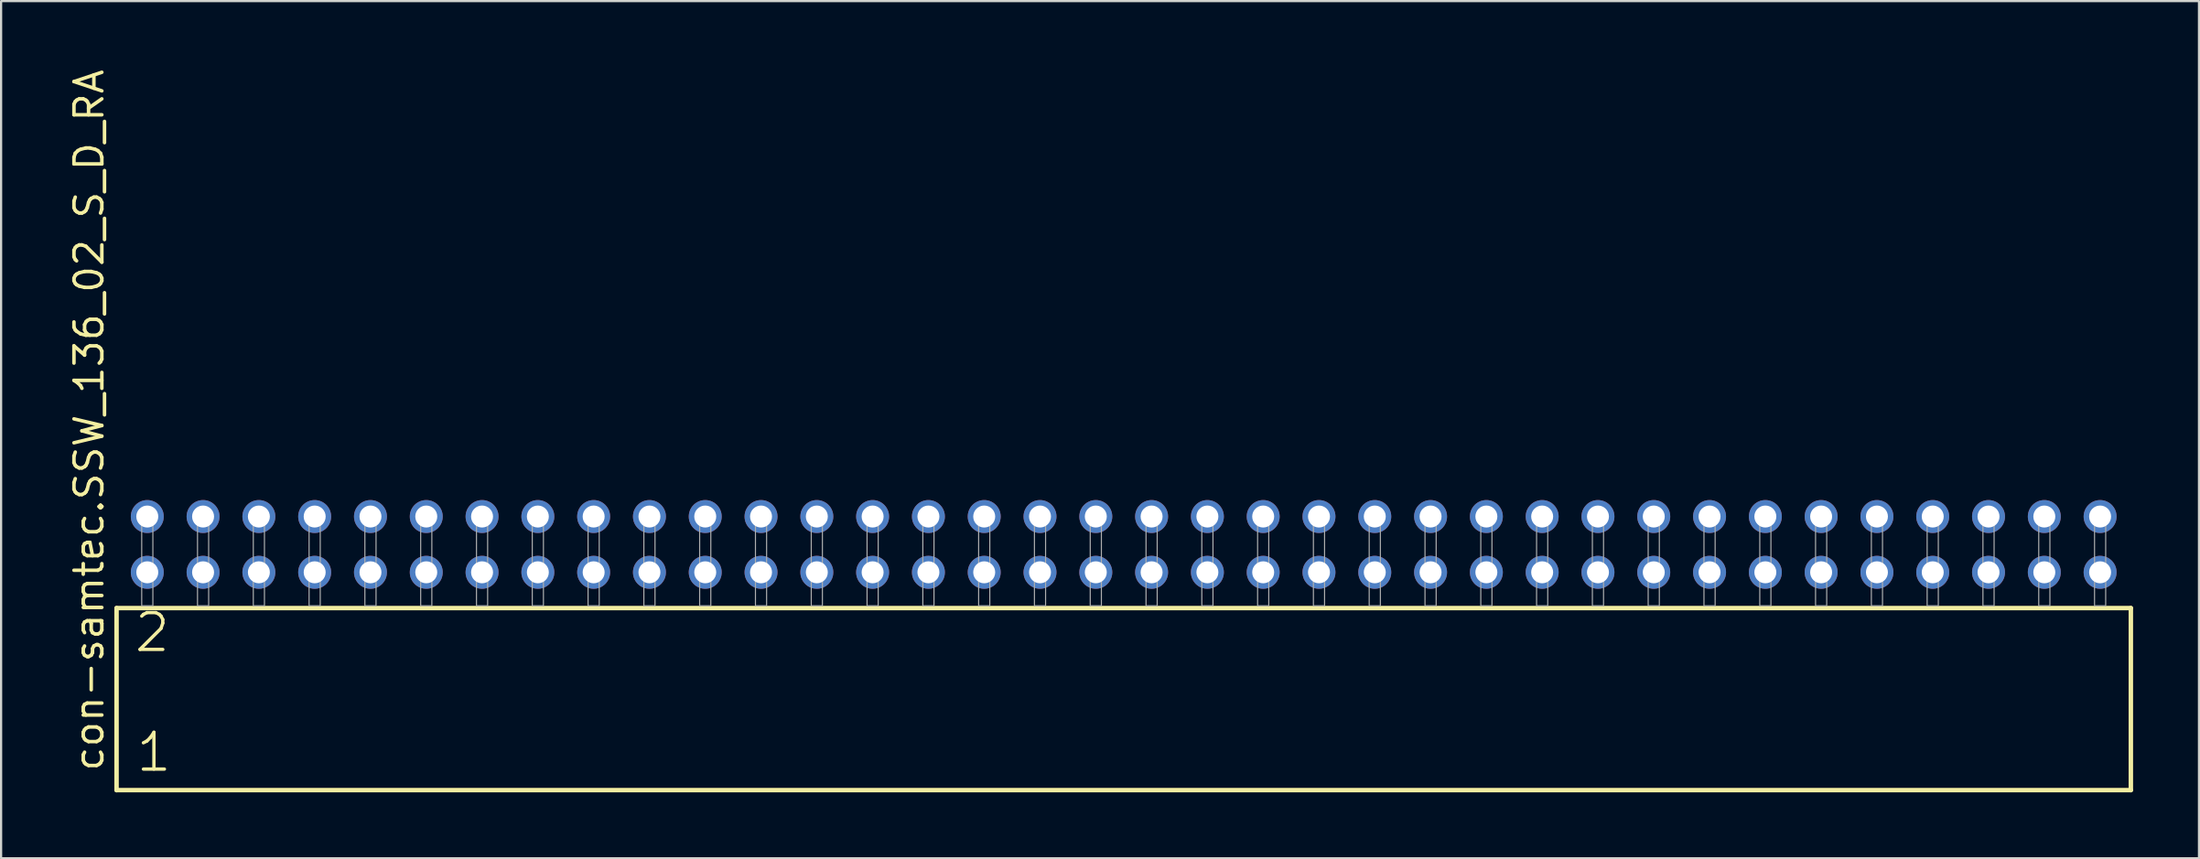
<source format=kicad_pcb>
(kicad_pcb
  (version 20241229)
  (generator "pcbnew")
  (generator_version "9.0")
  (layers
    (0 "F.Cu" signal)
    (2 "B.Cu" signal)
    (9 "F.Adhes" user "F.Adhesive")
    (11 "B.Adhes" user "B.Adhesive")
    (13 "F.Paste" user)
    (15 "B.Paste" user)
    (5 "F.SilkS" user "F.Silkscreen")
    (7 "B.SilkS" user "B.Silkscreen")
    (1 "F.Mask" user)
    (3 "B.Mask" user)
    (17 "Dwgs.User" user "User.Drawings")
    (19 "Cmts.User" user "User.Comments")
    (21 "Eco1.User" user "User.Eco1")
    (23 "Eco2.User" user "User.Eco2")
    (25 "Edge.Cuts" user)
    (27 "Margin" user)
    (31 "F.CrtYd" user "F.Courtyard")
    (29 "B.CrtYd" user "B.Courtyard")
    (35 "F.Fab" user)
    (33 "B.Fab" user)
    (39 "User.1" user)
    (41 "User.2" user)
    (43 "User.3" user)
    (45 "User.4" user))
  (footprint "con-samtec.SSW_136_02_S_D_RA"
    (layer "F.Cu")
    (at 48.105 24.537)
    (property "Reference" "con-samtec.SSW_136_02_S_D_RA" (at -46.355 7.62 90) (layer "F.SilkS") (effects (font (size 1.27 1.27) (thickness 0.16)) (justify left bottom)))
    (attr through_hole)
    (fp_line (start -45.849 0.106) (end -45.849 8.396) (stroke (width 0.203) (type default)) (layer "F.SilkS"))
    (fp_line (start -45.849 8.396) (end 45.849 8.396) (stroke (width 0.203) (type default)) (layer "F.SilkS"))
    (fp_line (start 45.849 0.106) (end -45.849 0.106) (stroke (width 0.203) (type default)) (layer "F.SilkS"))
    (fp_line (start 45.849 8.396) (end 45.849 0.106) (stroke (width 0.203) (type default)) (layer "F.SilkS"))
    (fp_rect (start -44.704 0) (end -44.196 -4.318) (stroke (width 0.05) (type default)) (fill no) (layer "F.Fab"))
    (fp_rect (start -42.164 0) (end -41.656 -4.318) (stroke (width 0.05) (type default)) (fill no) (layer "F.Fab"))
    (fp_rect (start -39.624 0) (end -39.116 -4.318) (stroke (width 0.05) (type default)) (fill no) (layer "F.Fab"))
    (fp_rect (start -37.084 0) (end -36.576 -4.318) (stroke (width 0.05) (type default)) (fill no) (layer "F.Fab"))
    (fp_rect (start -34.544 0) (end -34.036 -4.318) (stroke (width 0.05) (type default)) (fill no) (layer "F.Fab"))
    (fp_rect (start -32.004 0) (end -31.496 -4.318) (stroke (width 0.05) (type default)) (fill no) (layer "F.Fab"))
    (fp_rect (start -29.464 0) (end -28.956 -4.318) (stroke (width 0.05) (type default)) (fill no) (layer "F.Fab"))
    (fp_rect (start -26.924 0) (end -26.416 -4.318) (stroke (width 0.05) (type default)) (fill no) (layer "F.Fab"))
    (fp_rect (start -24.384 0) (end -23.876 -4.318) (stroke (width 0.05) (type default)) (fill no) (layer "F.Fab"))
    (fp_rect (start -21.844 0) (end -21.336 -4.318) (stroke (width 0.05) (type default)) (fill no) (layer "F.Fab"))
    (fp_rect (start -19.304 0) (end -18.796 -4.318) (stroke (width 0.05) (type default)) (fill no) (layer "F.Fab"))
    (fp_rect (start -16.764 0) (end -16.256 -4.318) (stroke (width 0.05) (type default)) (fill no) (layer "F.Fab"))
    (fp_rect (start -14.224 0) (end -13.716 -4.318) (stroke (width 0.05) (type default)) (fill no) (layer "F.Fab"))
    (fp_rect (start -11.684 0) (end -11.176 -4.318) (stroke (width 0.05) (type default)) (fill no) (layer "F.Fab"))
    (fp_rect (start -9.144 0) (end -8.636 -4.318) (stroke (width 0.05) (type default)) (fill no) (layer "F.Fab"))
    (fp_rect (start -6.604 0) (end -6.096 -4.318) (stroke (width 0.05) (type default)) (fill no) (layer "F.Fab"))
    (fp_rect (start -4.064 0) (end -3.556 -4.318) (stroke (width 0.05) (type default)) (fill no) (layer "F.Fab"))
    (fp_rect (start -1.524 0) (end -1.016 -4.318) (stroke (width 0.05) (type default)) (fill no) (layer "F.Fab"))
    (fp_rect (start 1.016 0) (end 1.524 -4.318) (stroke (width 0.05) (type default)) (fill no) (layer "F.Fab"))
    (fp_rect (start 3.556 0) (end 4.064 -4.318) (stroke (width 0.05) (type default)) (fill no) (layer "F.Fab"))
    (fp_rect (start 6.096 0) (end 6.604 -4.318) (stroke (width 0.05) (type default)) (fill no) (layer "F.Fab"))
    (fp_rect (start 8.636 0) (end 9.144 -4.318) (stroke (width 0.05) (type default)) (fill no) (layer "F.Fab"))
    (fp_rect (start 11.176 0) (end 11.684 -4.318) (stroke (width 0.05) (type default)) (fill no) (layer "F.Fab"))
    (fp_rect (start 13.716 0) (end 14.224 -4.318) (stroke (width 0.05) (type default)) (fill no) (layer "F.Fab"))
    (fp_rect (start 16.256 0) (end 16.764 -4.318) (stroke (width 0.05) (type default)) (fill no) (layer "F.Fab"))
    (fp_rect (start 18.796 0) (end 19.304 -4.318) (stroke (width 0.05) (type default)) (fill no) (layer "F.Fab"))
    (fp_rect (start 21.336 0) (end 21.844 -4.318) (stroke (width 0.05) (type default)) (fill no) (layer "F.Fab"))
    (fp_rect (start 23.876 0) (end 24.384 -4.318) (stroke (width 0.05) (type default)) (fill no) (layer "F.Fab"))
    (fp_rect (start 26.416 0) (end 26.924 -4.318) (stroke (width 0.05) (type default)) (fill no) (layer "F.Fab"))
    (fp_rect (start 28.956 0) (end 29.464 -4.318) (stroke (width 0.05) (type default)) (fill no) (layer "F.Fab"))
    (fp_rect (start 31.496 0) (end 32.004 -4.318) (stroke (width 0.05) (type default)) (fill no) (layer "F.Fab"))
    (fp_rect (start 34.036 0) (end 34.544 -4.318) (stroke (width 0.05) (type default)) (fill no) (layer "F.Fab"))
    (fp_rect (start 36.576 0) (end 37.084 -4.318) (stroke (width 0.05) (type default)) (fill no) (layer "F.Fab"))
    (fp_rect (start 39.116 0) (end 39.624 -4.318) (stroke (width 0.05) (type default)) (fill no) (layer "F.Fab"))
    (fp_rect (start 41.656 0) (end 42.164 -4.318) (stroke (width 0.05) (type default)) (fill no) (layer "F.Fab"))
    (fp_rect (start 44.196 0) (end 44.704 -4.318) (stroke (width 0.05) (type default)) (fill no) (layer "F.Fab"))
    (fp_text user "1" (at -45.045 7.65 0) (layer "F.SilkS") (effects (font (size 1.676 1.676) (thickness 0.15)) (justify left bottom)))
    (fp_text user "2" (at -45.12 2.2 0) (layer "F.SilkS") (effects (font (size 1.676 1.676) (thickness 0.15)) (justify left bottom)))
    (pad "1" thru_hole circle (at -44.45 -1.524) (size 1.5 1.5) (drill 1) (layers "*.Cu" "*.Mask"))
    (pad "2" thru_hole circle (at -44.45 -4.064) (size 1.5 1.5) (drill 1) (layers "*.Cu" "*.Mask"))
    (pad "3" thru_hole circle (at -41.91 -1.524) (size 1.5 1.5) (drill 1) (layers "*.Cu" "*.Mask"))
    (pad "4" thru_hole circle (at -41.91 -4.064) (size 1.5 1.5) (drill 1) (layers "*.Cu" "*.Mask"))
    (pad "5" thru_hole circle (at -39.37 -1.524) (size 1.5 1.5) (drill 1) (layers "*.Cu" "*.Mask"))
    (pad "6" thru_hole circle (at -39.37 -4.064) (size 1.5 1.5) (drill 1) (layers "*.Cu" "*.Mask"))
    (pad "7" thru_hole circle (at -36.83 -1.524) (size 1.5 1.5) (drill 1) (layers "*.Cu" "*.Mask"))
    (pad "8" thru_hole circle (at -36.83 -4.064) (size 1.5 1.5) (drill 1) (layers "*.Cu" "*.Mask"))
    (pad "9" thru_hole circle (at -34.29 -1.524) (size 1.5 1.5) (drill 1) (layers "*.Cu" "*.Mask"))
    (pad "10" thru_hole circle (at -34.29 -4.064) (size 1.5 1.5) (drill 1) (layers "*.Cu" "*.Mask"))
    (pad "11" thru_hole circle (at -31.75 -1.524) (size 1.5 1.5) (drill 1) (layers "*.Cu" "*.Mask"))
    (pad "12" thru_hole circle (at -31.75 -4.064) (size 1.5 1.5) (drill 1) (layers "*.Cu" "*.Mask"))
    (pad "13" thru_hole circle (at -29.21 -1.524) (size 1.5 1.5) (drill 1) (layers "*.Cu" "*.Mask"))
    (pad "14" thru_hole circle (at -29.21 -4.064) (size 1.5 1.5) (drill 1) (layers "*.Cu" "*.Mask"))
    (pad "15" thru_hole circle (at -26.67 -1.524) (size 1.5 1.5) (drill 1) (layers "*.Cu" "*.Mask"))
    (pad "16" thru_hole circle (at -26.67 -4.064) (size 1.5 1.5) (drill 1) (layers "*.Cu" "*.Mask"))
    (pad "17" thru_hole circle (at -24.13 -1.524) (size 1.5 1.5) (drill 1) (layers "*.Cu" "*.Mask"))
    (pad "18" thru_hole circle (at -24.13 -4.064) (size 1.5 1.5) (drill 1) (layers "*.Cu" "*.Mask"))
    (pad "19" thru_hole circle (at -21.59 -1.524) (size 1.5 1.5) (drill 1) (layers "*.Cu" "*.Mask"))
    (pad "20" thru_hole circle (at -21.59 -4.064) (size 1.5 1.5) (drill 1) (layers "*.Cu" "*.Mask"))
    (pad "21" thru_hole circle (at -19.05 -1.524) (size 1.5 1.5) (drill 1) (layers "*.Cu" "*.Mask"))
    (pad "22" thru_hole circle (at -19.05 -4.064) (size 1.5 1.5) (drill 1) (layers "*.Cu" "*.Mask"))
    (pad "23" thru_hole circle (at -16.51 -1.524) (size 1.5 1.5) (drill 1) (layers "*.Cu" "*.Mask"))
    (pad "24" thru_hole circle (at -16.51 -4.064) (size 1.5 1.5) (drill 1) (layers "*.Cu" "*.Mask"))
    (pad "25" thru_hole circle (at -13.97 -1.524) (size 1.5 1.5) (drill 1) (layers "*.Cu" "*.Mask"))
    (pad "26" thru_hole circle (at -13.97 -4.064) (size 1.5 1.5) (drill 1) (layers "*.Cu" "*.Mask"))
    (pad "27" thru_hole circle (at -11.43 -1.524) (size 1.5 1.5) (drill 1) (layers "*.Cu" "*.Mask"))
    (pad "28" thru_hole circle (at -11.43 -4.064) (size 1.5 1.5) (drill 1) (layers "*.Cu" "*.Mask"))
    (pad "29" thru_hole circle (at -8.89 -1.524) (size 1.5 1.5) (drill 1) (layers "*.Cu" "*.Mask"))
    (pad "30" thru_hole circle (at -8.89 -4.064) (size 1.5 1.5) (drill 1) (layers "*.Cu" "*.Mask"))
    (pad "31" thru_hole circle (at -6.35 -1.524) (size 1.5 1.5) (drill 1) (layers "*.Cu" "*.Mask"))
    (pad "32" thru_hole circle (at -6.35 -4.064) (size 1.5 1.5) (drill 1) (layers "*.Cu" "*.Mask"))
    (pad "33" thru_hole circle (at -3.81 -1.524) (size 1.5 1.5) (drill 1) (layers "*.Cu" "*.Mask"))
    (pad "34" thru_hole circle (at -3.81 -4.064) (size 1.5 1.5) (drill 1) (layers "*.Cu" "*.Mask"))
    (pad "35" thru_hole circle (at -1.27 -1.524) (size 1.5 1.5) (drill 1) (layers "*.Cu" "*.Mask"))
    (pad "36" thru_hole circle (at -1.27 -4.064) (size 1.5 1.5) (drill 1) (layers "*.Cu" "*.Mask"))
    (pad "37" thru_hole circle (at 1.27 -1.524) (size 1.5 1.5) (drill 1) (layers "*.Cu" "*.Mask"))
    (pad "38" thru_hole circle (at 1.27 -4.064) (size 1.5 1.5) (drill 1) (layers "*.Cu" "*.Mask"))
    (pad "39" thru_hole circle (at 3.81 -1.524) (size 1.5 1.5) (drill 1) (layers "*.Cu" "*.Mask"))
    (pad "40" thru_hole circle (at 3.81 -4.064) (size 1.5 1.5) (drill 1) (layers "*.Cu" "*.Mask"))
    (pad "41" thru_hole circle (at 6.35 -1.524) (size 1.5 1.5) (drill 1) (layers "*.Cu" "*.Mask"))
    (pad "42" thru_hole circle (at 6.35 -4.064) (size 1.5 1.5) (drill 1) (layers "*.Cu" "*.Mask"))
    (pad "43" thru_hole circle (at 8.89 -1.524) (size 1.5 1.5) (drill 1) (layers "*.Cu" "*.Mask"))
    (pad "44" thru_hole circle (at 8.89 -4.064) (size 1.5 1.5) (drill 1) (layers "*.Cu" "*.Mask"))
    (pad "45" thru_hole circle (at 11.43 -1.524) (size 1.5 1.5) (drill 1) (layers "*.Cu" "*.Mask"))
    (pad "46" thru_hole circle (at 11.43 -4.064) (size 1.5 1.5) (drill 1) (layers "*.Cu" "*.Mask"))
    (pad "47" thru_hole circle (at 13.97 -1.524) (size 1.5 1.5) (drill 1) (layers "*.Cu" "*.Mask"))
    (pad "48" thru_hole circle (at 13.97 -4.064) (size 1.5 1.5) (drill 1) (layers "*.Cu" "*.Mask"))
    (pad "49" thru_hole circle (at 16.51 -1.524) (size 1.5 1.5) (drill 1) (layers "*.Cu" "*.Mask"))
    (pad "50" thru_hole circle (at 16.51 -4.064) (size 1.5 1.5) (drill 1) (layers "*.Cu" "*.Mask"))
    (pad "51" thru_hole circle (at 19.05 -1.524) (size 1.5 1.5) (drill 1) (layers "*.Cu" "*.Mask"))
    (pad "52" thru_hole circle (at 19.05 -4.064) (size 1.5 1.5) (drill 1) (layers "*.Cu" "*.Mask"))
    (pad "53" thru_hole circle (at 21.59 -1.524) (size 1.5 1.5) (drill 1) (layers "*.Cu" "*.Mask"))
    (pad "54" thru_hole circle (at 21.59 -4.064) (size 1.5 1.5) (drill 1) (layers "*.Cu" "*.Mask"))
    (pad "55" thru_hole circle (at 24.13 -1.524) (size 1.5 1.5) (drill 1) (layers "*.Cu" "*.Mask"))
    (pad "56" thru_hole circle (at 24.13 -4.064) (size 1.5 1.5) (drill 1) (layers "*.Cu" "*.Mask"))
    (pad "57" thru_hole circle (at 26.67 -1.524) (size 1.5 1.5) (drill 1) (layers "*.Cu" "*.Mask"))
    (pad "58" thru_hole circle (at 26.67 -4.064) (size 1.5 1.5) (drill 1) (layers "*.Cu" "*.Mask"))
    (pad "59" thru_hole circle (at 29.21 -1.524) (size 1.5 1.5) (drill 1) (layers "*.Cu" "*.Mask"))
    (pad "60" thru_hole circle (at 29.21 -4.064) (size 1.5 1.5) (drill 1) (layers "*.Cu" "*.Mask"))
    (pad "61" thru_hole circle (at 31.75 -1.524) (size 1.5 1.5) (drill 1) (layers "*.Cu" "*.Mask"))
    (pad "62" thru_hole circle (at 31.75 -4.064) (size 1.5 1.5) (drill 1) (layers "*.Cu" "*.Mask"))
    (pad "63" thru_hole circle (at 34.29 -1.524) (size 1.5 1.5) (drill 1) (layers "*.Cu" "*.Mask"))
    (pad "64" thru_hole circle (at 34.29 -4.064) (size 1.5 1.5) (drill 1) (layers "*.Cu" "*.Mask"))
    (pad "65" thru_hole circle (at 36.83 -1.524) (size 1.5 1.5) (drill 1) (layers "*.Cu" "*.Mask"))
    (pad "66" thru_hole circle (at 36.83 -4.064) (size 1.5 1.5) (drill 1) (layers "*.Cu" "*.Mask"))
    (pad "67" thru_hole circle (at 39.37 -1.524) (size 1.5 1.5) (drill 1) (layers "*.Cu" "*.Mask"))
    (pad "68" thru_hole circle (at 39.37 -4.064) (size 1.5 1.5) (drill 1) (layers "*.Cu" "*.Mask"))
    (pad "69" thru_hole circle (at 41.91 -1.524) (size 1.5 1.5) (drill 1) (layers "*.Cu" "*.Mask"))
    (pad "70" thru_hole circle (at 41.91 -4.064) (size 1.5 1.5) (drill 1) (layers "*.Cu" "*.Mask"))
    (pad "71" thru_hole circle (at 44.45 -1.524) (size 1.5 1.5) (drill 1) (layers "*.Cu" "*.Mask"))
    (pad "72" thru_hole circle (at 44.45 -4.064) (size 1.5 1.5) (drill 1) (layers "*.Cu" "*.Mask")))
  (gr_rect
    (start -3 -3)
    (end 97.056 36.035)
    (stroke (width 0.1) (type default))
    (fill no)
    (layer "Edge.Cuts")))
</source>
